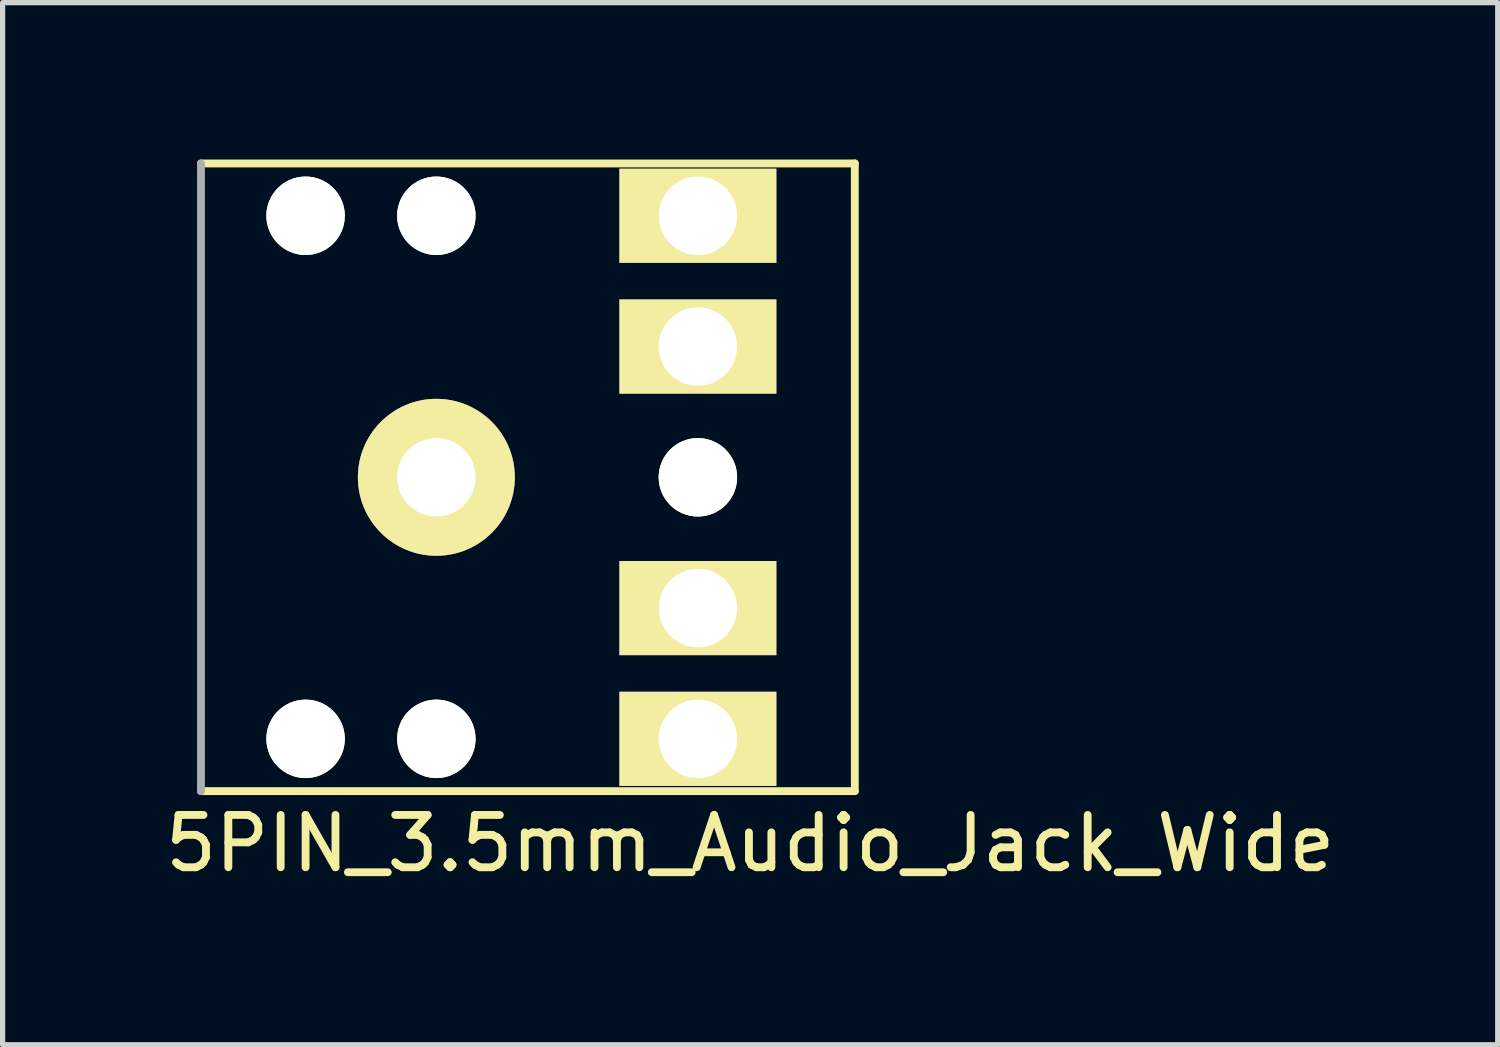
<source format=kicad_pcb>
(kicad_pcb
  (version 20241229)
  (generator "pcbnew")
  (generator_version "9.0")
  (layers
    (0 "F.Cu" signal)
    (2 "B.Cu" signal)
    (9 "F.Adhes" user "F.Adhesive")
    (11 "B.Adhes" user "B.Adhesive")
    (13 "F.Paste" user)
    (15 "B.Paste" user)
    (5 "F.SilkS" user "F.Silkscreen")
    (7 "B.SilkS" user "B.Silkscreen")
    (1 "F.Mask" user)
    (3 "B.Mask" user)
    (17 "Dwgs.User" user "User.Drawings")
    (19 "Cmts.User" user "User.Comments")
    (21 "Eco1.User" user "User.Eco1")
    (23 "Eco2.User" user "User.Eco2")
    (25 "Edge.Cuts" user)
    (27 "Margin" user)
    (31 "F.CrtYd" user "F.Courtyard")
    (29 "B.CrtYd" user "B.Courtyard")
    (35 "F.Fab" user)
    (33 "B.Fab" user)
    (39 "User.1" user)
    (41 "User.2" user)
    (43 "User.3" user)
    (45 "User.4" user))
  (footprint "5PIN_3.5mm_Audio_Jack_Wide"
    (layer "F.Cu")
    (at 5.292 6.075)
    (property "Reference" "5PIN_3.5mm_Audio_Jack_Wide" (at 6 7 0) (layer "F.SilkS") (effects (font (size 1 1) (thickness 0.15))))
    (attr through_hole)
    (fp_line (start -4.5 6) (end 8 6) (stroke (width 0.15) (type solid)) (layer "F.SilkS"))
    (fp_line (start 8 -6) (end -4.5 -6) (stroke (width 0.15) (type solid)) (layer "F.SilkS"))
    (fp_line (start 8 6) (end 8 -6) (stroke (width 0.15) (type solid)) (layer "F.SilkS"))
    (fp_line (start -4.5 -6) (end -4.5 6) (stroke (width 0.15) (type solid)) (layer "F.Fab"))
    (pad "" np_thru_hole circle (at -2.5 -5) (size 1.5 1.5) (drill 1.5) (layers "*.Cu" "*.Mask" "F.SilkS"))
    (pad "" np_thru_hole circle (at -2.5 5) (size 1.5 1.5) (drill 1.5) (layers "*.Cu" "*.Mask" "F.SilkS"))
    (pad "" np_thru_hole circle (at 0 -5) (size 1.5 1.5) (drill 1.5) (layers "*.Cu" "*.Mask" "F.SilkS"))
    (pad "" np_thru_hole circle (at 0 5) (size 1.5 1.5) (drill 1.5) (layers "*.Cu" "*.Mask" "F.SilkS"))
    (pad "" np_thru_hole circle (at 5 0) (size 1.5 1.5) (drill 1.5) (layers "*.Cu" "*.Mask" "F.SilkS"))
    (pad "1" thru_hole circle (at 0 0) (size 3 3) (drill 1.5) (layers "*.Cu" "*.Mask" "F.SilkS"))
    (pad "2" thru_hole rect (at 5 -5) (size 3 1.8) (drill 1.5) (layers "*.Cu" "*.Mask" "F.SilkS"))
    (pad "3" thru_hole rect (at 5 -2.5) (size 3 1.8) (drill 1.5) (layers "*.Cu" "*.Mask" "F.SilkS"))
    (pad "4" thru_hole rect (at 5 2.5) (size 3 1.8) (drill 1.5) (layers "*.Cu" "*.Mask" "F.SilkS"))
    (pad "5" thru_hole rect (at 5 5) (size 3 1.8) (drill 1.5) (layers "*.Cu" "*.Mask" "F.SilkS")))
  (gr_rect
    (start -3 -3)
    (end 25.583 16.923)
    (stroke (width 0.1) (type default))
    (fill no)
    (layer "Edge.Cuts")))
</source>
